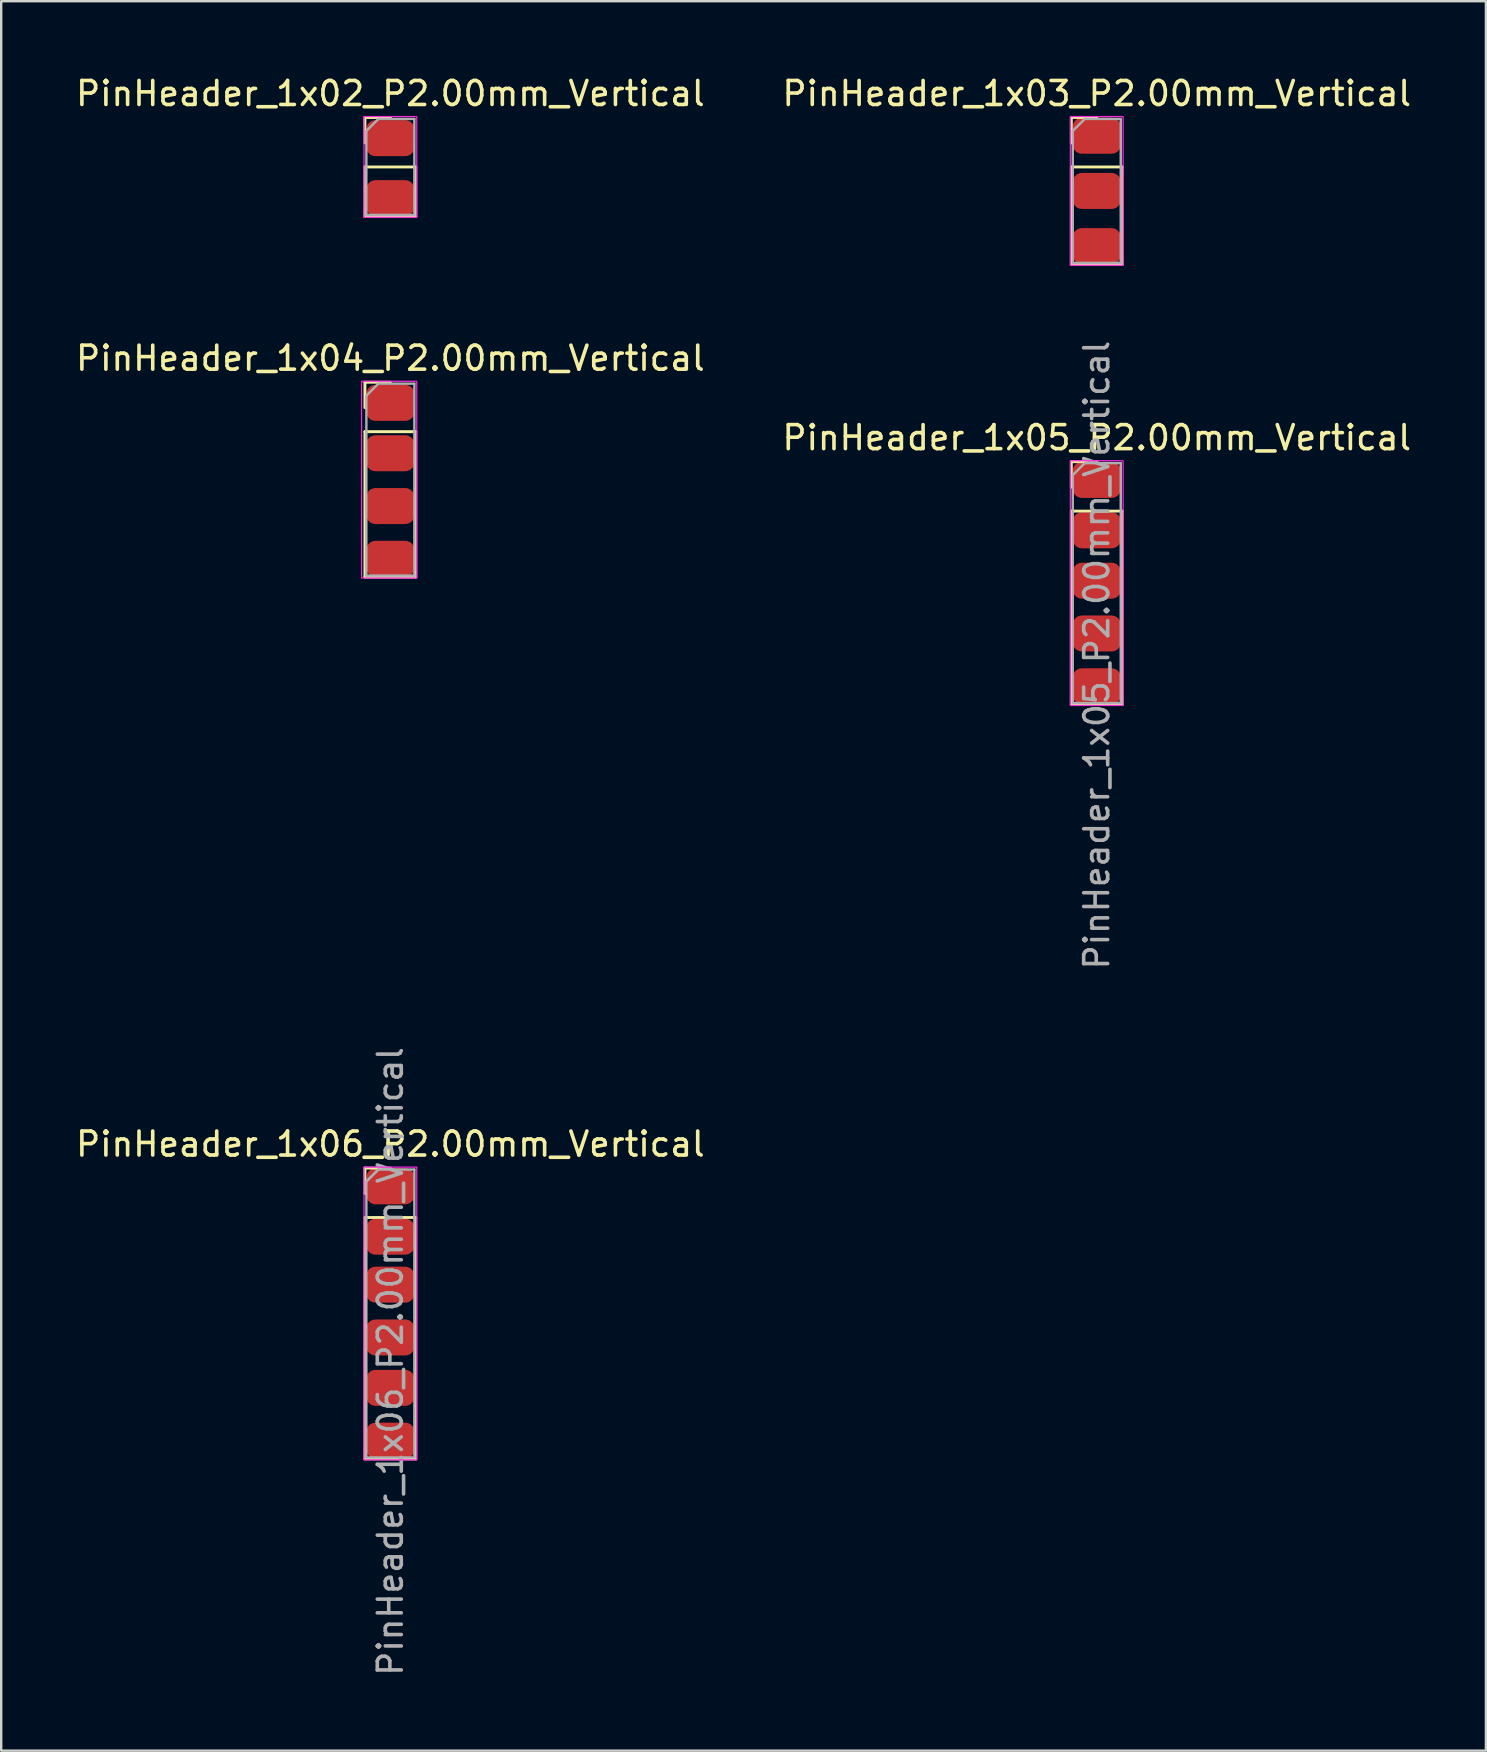
<source format=kicad_pcb>
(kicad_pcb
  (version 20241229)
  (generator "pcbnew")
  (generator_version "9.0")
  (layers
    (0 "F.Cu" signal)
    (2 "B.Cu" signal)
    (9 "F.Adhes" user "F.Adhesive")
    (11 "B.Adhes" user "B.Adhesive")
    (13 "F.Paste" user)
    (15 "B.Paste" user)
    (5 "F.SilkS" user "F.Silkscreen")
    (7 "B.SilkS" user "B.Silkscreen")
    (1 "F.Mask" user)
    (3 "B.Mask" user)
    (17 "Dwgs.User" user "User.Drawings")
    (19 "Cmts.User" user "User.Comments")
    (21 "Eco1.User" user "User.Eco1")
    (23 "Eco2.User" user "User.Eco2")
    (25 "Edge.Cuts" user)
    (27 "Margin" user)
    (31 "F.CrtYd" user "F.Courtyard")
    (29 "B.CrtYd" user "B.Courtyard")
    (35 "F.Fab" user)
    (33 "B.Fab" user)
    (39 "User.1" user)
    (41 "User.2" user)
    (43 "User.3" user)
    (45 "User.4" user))
  (footprint "PinHeader_1x06_P2.00mm_Vertical"
    (layer "F.Cu")
    (at 13.22 46.694)
    (property "Reference" "PinHeader_1x06_P2.00mm_Vertical" (at 0 -2.06 0) (layer "F.SilkS") (effects (font (size 1 1) (thickness 0.15))))
    (attr through_hole)
    (fp_line (start -1.06 -1.06) (end 0 -1.06) (stroke (width 0.12) (type solid)) (layer "F.SilkS"))
    (fp_line (start -1.06 0) (end -1.06 -1.06) (stroke (width 0.12) (type solid)) (layer "F.SilkS"))
    (fp_line (start -1.06 1) (end -1.06 11.06) (stroke (width 0.12) (type solid)) (layer "F.SilkS"))
    (fp_line (start -1.06 1) (end 1.06 1) (stroke (width 0.12) (type solid)) (layer "F.SilkS"))
    (fp_line (start -1.06 11.06) (end 1.06 11.06) (stroke (width 0.12) (type solid)) (layer "F.SilkS"))
    (fp_line (start 1.06 1) (end 1.06 11.06) (stroke (width 0.12) (type solid)) (layer "F.SilkS"))
    (fp_rect (start -1.1 -1.1) (end 1.1 11.1) (stroke (width 0.05) (type default)) (fill no) (layer "F.CrtYd"))
    (fp_line (start -1 -0.5) (end -0.5 -1) (stroke (width 0.1) (type solid)) (layer "F.Fab"))
    (fp_line (start -1 -0.5) (end -0.5 -1) (stroke (width 0.1) (type solid)) (layer "F.Fab"))
    (fp_line (start -1 11) (end -1 -0.5) (stroke (width 0.1) (type solid)) (layer "F.Fab"))
    (fp_line (start -0.5 -1) (end 1 -1) (stroke (width 0.1) (type solid)) (layer "F.Fab"))
    (fp_line (start 1 -1) (end 1 11) (stroke (width 0.1) (type solid)) (layer "F.Fab"))
    (fp_line (start 1 11) (end -1 11) (stroke (width 0.1) (type solid)) (layer "F.Fab"))
    (fp_text user "${REFERENCE}" (at 0 7 90) (layer "F.Fab") (effects (font (size 1 1) (thickness 0.15))))
    (pad "1" smd roundrect (at 0 -0.3) (size 2 1.5) (layers "F.Cu" "F.Mask" "F.Paste") (roundrect_rratio 0.25))
    (pad "2" smd roundrect (at 0 1.8) (size 2 1.5) (layers "F.Cu" "F.Mask" "F.Paste") (roundrect_rratio 0.25))
    (pad "3" smd roundrect (at 0 3.8) (size 2 1.5) (layers "F.Cu" "F.Mask" "F.Paste") (roundrect_rratio 0.25))
    (pad "4" smd roundrect (at 0 6) (size 2 1.5) (layers "F.Cu" "F.Mask" "F.Paste") (roundrect_rratio 0.25))
    (pad "5" smd roundrect (at 0 8.1) (size 2 1.5) (layers "F.Cu" "F.Mask" "F.Paste") (roundrect_rratio 0.25))
    (pad "6" smd roundrect (at 0 10.3) (size 2 1.5) (layers "F.Cu" "F.Mask" "F.Paste") (roundrect_rratio 0.25)))
  (footprint "PinHeader_1x02_P2.00mm_Vertical"
    (layer "F.Cu")
    (at 13.22 2.908)
    (property "Reference" "PinHeader_1x02_P2.00mm_Vertical" (at 0 -2.06 0) (layer "F.SilkS") (effects (font (size 1 1) (thickness 0.15))))
    (attr through_hole)
    (fp_line (start -1.06 -1.06) (end 0 -1.06) (stroke (width 0.12) (type solid)) (layer "F.SilkS"))
    (fp_line (start -1.06 0) (end -1.06 -1.06) (stroke (width 0.12) (type solid)) (layer "F.SilkS"))
    (fp_line (start -1.06 1) (end -1.06 3.06) (stroke (width 0.12) (type solid)) (layer "F.SilkS"))
    (fp_line (start -1.06 1) (end 1.06 1) (stroke (width 0.12) (type solid)) (layer "F.SilkS"))
    (fp_line (start -1.06 3.06) (end 1.06 3.06) (stroke (width 0.12) (type solid)) (layer "F.SilkS"))
    (fp_line (start 1.06 1) (end 1.06 3.06) (stroke (width 0.12) (type solid)) (layer "F.SilkS"))
    (fp_rect (start -1.1 -1.1) (end 1.1 3.1) (stroke (width 0.05) (type default)) (fill no) (layer "F.CrtYd"))
    (fp_line (start -1 -0.5) (end -0.5 -1) (stroke (width 0.1) (type solid)) (layer "F.Fab"))
    (fp_line (start -1 3) (end -1 -0.5) (stroke (width 0.1) (type solid)) (layer "F.Fab"))
    (fp_line (start -0.5 -1) (end 1 -1) (stroke (width 0.1) (type solid)) (layer "F.Fab"))
    (fp_line (start 1 -1) (end 1 3) (stroke (width 0.1) (type solid)) (layer "F.Fab"))
    (fp_line (start 1 3) (end -1 3) (stroke (width 0.1) (type solid)) (layer "F.Fab"))
    (pad "1" smd roundrect (at 0 -0.2) (size 2 1.5) (layers "F.Cu" "F.Mask" "F.Paste") (roundrect_rratio 0.25))
    (pad "2" smd roundrect (at 0 2.3) (size 2 1.5) (layers "F.Cu" "F.Mask" "F.Paste") (roundrect_rratio 0.25)))
  (footprint "PinHeader_1x05_P2.00mm_Vertical"
    (layer "F.Cu")
    (at 42.661 17.253)
    (property "Reference" "PinHeader_1x05_P2.00mm_Vertical" (at 0 -2.06 0) (layer "F.SilkS") (effects (font (size 1 1) (thickness 0.15))))
    (attr through_hole)
    (fp_line (start -1.06 -1.06) (end 0 -1.06) (stroke (width 0.12) (type solid)) (layer "F.SilkS"))
    (fp_line (start -1.06 0) (end -1.06 -1.06) (stroke (width 0.12) (type solid)) (layer "F.SilkS"))
    (fp_line (start -1.06 1) (end -1.06 9.06) (stroke (width 0.12) (type solid)) (layer "F.SilkS"))
    (fp_line (start -1.06 1) (end 1.06 1) (stroke (width 0.12) (type solid)) (layer "F.SilkS"))
    (fp_line (start -1.06 9.06) (end 1.06 9.06) (stroke (width 0.12) (type solid)) (layer "F.SilkS"))
    (fp_line (start 1.06 1) (end 1.06 9.06) (stroke (width 0.12) (type solid)) (layer "F.SilkS"))
    (fp_rect (start -1.1 -1.1) (end 1.1 9.1) (stroke (width 0.05) (type default)) (fill no) (layer "F.CrtYd"))
    (fp_line (start -1 -0.5) (end -0.5 -1) (stroke (width 0.1) (type solid)) (layer "F.Fab"))
    (fp_line (start -1 9) (end -1 -0.5) (stroke (width 0.1) (type solid)) (layer "F.Fab"))
    (fp_line (start -0.5 -1) (end 1 -1) (stroke (width 0.1) (type solid)) (layer "F.Fab"))
    (fp_line (start 1 -1) (end 1 9) (stroke (width 0.1) (type solid)) (layer "F.Fab"))
    (fp_line (start 1 9) (end -1 9) (stroke (width 0.1) (type solid)) (layer "F.Fab"))
    (fp_text user "${REFERENCE}" (at 0 7 90) (layer "F.Fab") (effects (font (size 1 1) (thickness 0.15))))
    (pad "1" smd roundrect (at 0 -0.3) (size 2 1.5) (layers "F.Cu" "F.Mask" "F.Paste") (roundrect_rratio 0.25))
    (pad "2" smd roundrect (at 0 1.8) (size 2 1.5) (layers "F.Cu" "F.Mask" "F.Paste") (roundrect_rratio 0.25))
    (pad "3" smd roundrect (at 0 3.9) (size 2 1.5) (layers "F.Cu" "F.Mask" "F.Paste") (roundrect_rratio 0.25))
    (pad "4" smd roundrect (at 0 6.1) (size 2 1.5) (layers "F.Cu" "F.Mask" "F.Paste") (roundrect_rratio 0.25))
    (pad "5" smd roundrect (at 0 8.3) (size 2 1.5) (layers "F.Cu" "F.Mask" "F.Paste") (roundrect_rratio 0.25)))
  (footprint "PinHeader_1x03_P2.00mm_Vertical"
    (layer "F.Cu")
    (at 42.661 2.908)
    (property "Reference" "PinHeader_1x03_P2.00mm_Vertical" (at 0 -2.06 0) (layer "F.SilkS") (effects (font (size 1 1) (thickness 0.15))))
    (attr through_hole)
    (fp_line (start -1.06 -1.06) (end 0 -1.06) (stroke (width 0.12) (type solid)) (layer "F.SilkS"))
    (fp_line (start -1.06 0) (end -1.06 -1.06) (stroke (width 0.12) (type solid)) (layer "F.SilkS"))
    (fp_line (start -1.06 1) (end -1.06 5.06) (stroke (width 0.12) (type solid)) (layer "F.SilkS"))
    (fp_line (start -1.06 1) (end 1.06 1) (stroke (width 0.12) (type solid)) (layer "F.SilkS"))
    (fp_line (start -1.06 5.06) (end 1.06 5.06) (stroke (width 0.12) (type solid)) (layer "F.SilkS"))
    (fp_line (start 1.06 1) (end 1.06 5.06) (stroke (width 0.12) (type solid)) (layer "F.SilkS"))
    (fp_rect (start -1.1 -1.1) (end 1.1 5.1) (stroke (width 0.05) (type default)) (fill no) (layer "F.CrtYd"))
    (fp_line (start -1 -0.5) (end -0.5 -1) (stroke (width 0.1) (type solid)) (layer "F.Fab"))
    (fp_line (start -1 5) (end -1 -0.5) (stroke (width 0.1) (type solid)) (layer "F.Fab"))
    (fp_line (start -0.5 -1) (end 1 -1) (stroke (width 0.1) (type solid)) (layer "F.Fab"))
    (fp_line (start 1 -1) (end 1 5) (stroke (width 0.1) (type solid)) (layer "F.Fab"))
    (fp_line (start 1 5) (end -1 5) (stroke (width 0.1) (type solid)) (layer "F.Fab"))
    (pad "1" smd roundrect (at 0 -0.3) (size 2 1.5) (layers "F.Cu" "F.Mask" "F.Paste") (roundrect_rratio 0.25))
    (pad "2" smd roundrect (at 0 2) (size 2 1.5) (layers "F.Cu" "F.Mask" "F.Paste") (roundrect_rratio 0.25))
    (pad "3" smd roundrect (at 0 4.3) (size 2 1.5) (layers "F.Cu" "F.Mask" "F.Paste") (roundrect_rratio 0.25)))
  (footprint "PinHeader_1x04_P2.00mm_Vertical"
    (layer "F.Cu")
    (at 13.22 13.941)
    (property "Reference" "PinHeader_1x04_P2.00mm_Vertical" (at 0 -2.06 0) (layer "F.SilkS") (effects (font (size 1 1) (thickness 0.15))))
    (attr through_hole)
    (fp_line (start -1.06 -1.06) (end 0 -1.06) (stroke (width 0.12) (type solid)) (layer "F.SilkS"))
    (fp_line (start -1.06 0) (end -1.06 -1.06) (stroke (width 0.12) (type solid)) (layer "F.SilkS"))
    (fp_line (start -1.06 1) (end -1.06 7.06) (stroke (width 0.12) (type solid)) (layer "F.SilkS"))
    (fp_line (start -1.06 1) (end 1.06 1) (stroke (width 0.12) (type solid)) (layer "F.SilkS"))
    (fp_line (start -1.06 7.06) (end 1.06 7.06) (stroke (width 0.12) (type solid)) (layer "F.SilkS"))
    (fp_line (start 1.06 1) (end 1.06 7.06) (stroke (width 0.12) (type solid)) (layer "F.SilkS"))
    (fp_rect (start -1.2 -1.1) (end 1.1 7.1) (stroke (width 0.05) (type default)) (fill no) (layer "F.CrtYd"))
    (fp_line (start -1 -0.5) (end -0.5 -1) (stroke (width 0.1) (type solid)) (layer "F.Fab"))
    (fp_line (start -1 7) (end -1 -0.5) (stroke (width 0.1) (type solid)) (layer "F.Fab"))
    (fp_line (start -0.5 -1) (end 1 -1) (stroke (width 0.1) (type solid)) (layer "F.Fab"))
    (fp_line (start 1 -1) (end 1 7) (stroke (width 0.1) (type solid)) (layer "F.Fab"))
    (fp_line (start 1 7) (end -1 7) (stroke (width 0.1) (type solid)) (layer "F.Fab"))
    (pad "1" smd roundrect (at 0 -0.2) (size 2 1.5) (layers "F.Cu" "F.Mask" "F.Paste") (roundrect_rratio 0.25))
    (pad "2" smd roundrect (at 0 1.9) (size 2 1.5) (layers "F.Cu" "F.Mask" "F.Paste") (roundrect_rratio 0.25))
    (pad "3" smd roundrect (at 0 4.1) (size 2 1.5) (layers "F.Cu" "F.Mask" "F.Paste") (roundrect_rratio 0.25))
    (pad "4" smd roundrect (at 0 6.3) (size 2 1.5) (layers "F.Cu" "F.Mask" "F.Paste") (roundrect_rratio 0.25)))
  (gr_rect
    (start -3 -3)
    (end 58.881 69.914)
    (stroke (width 0.1) (type default))
    (fill no)
    (layer "Edge.Cuts")))
</source>
